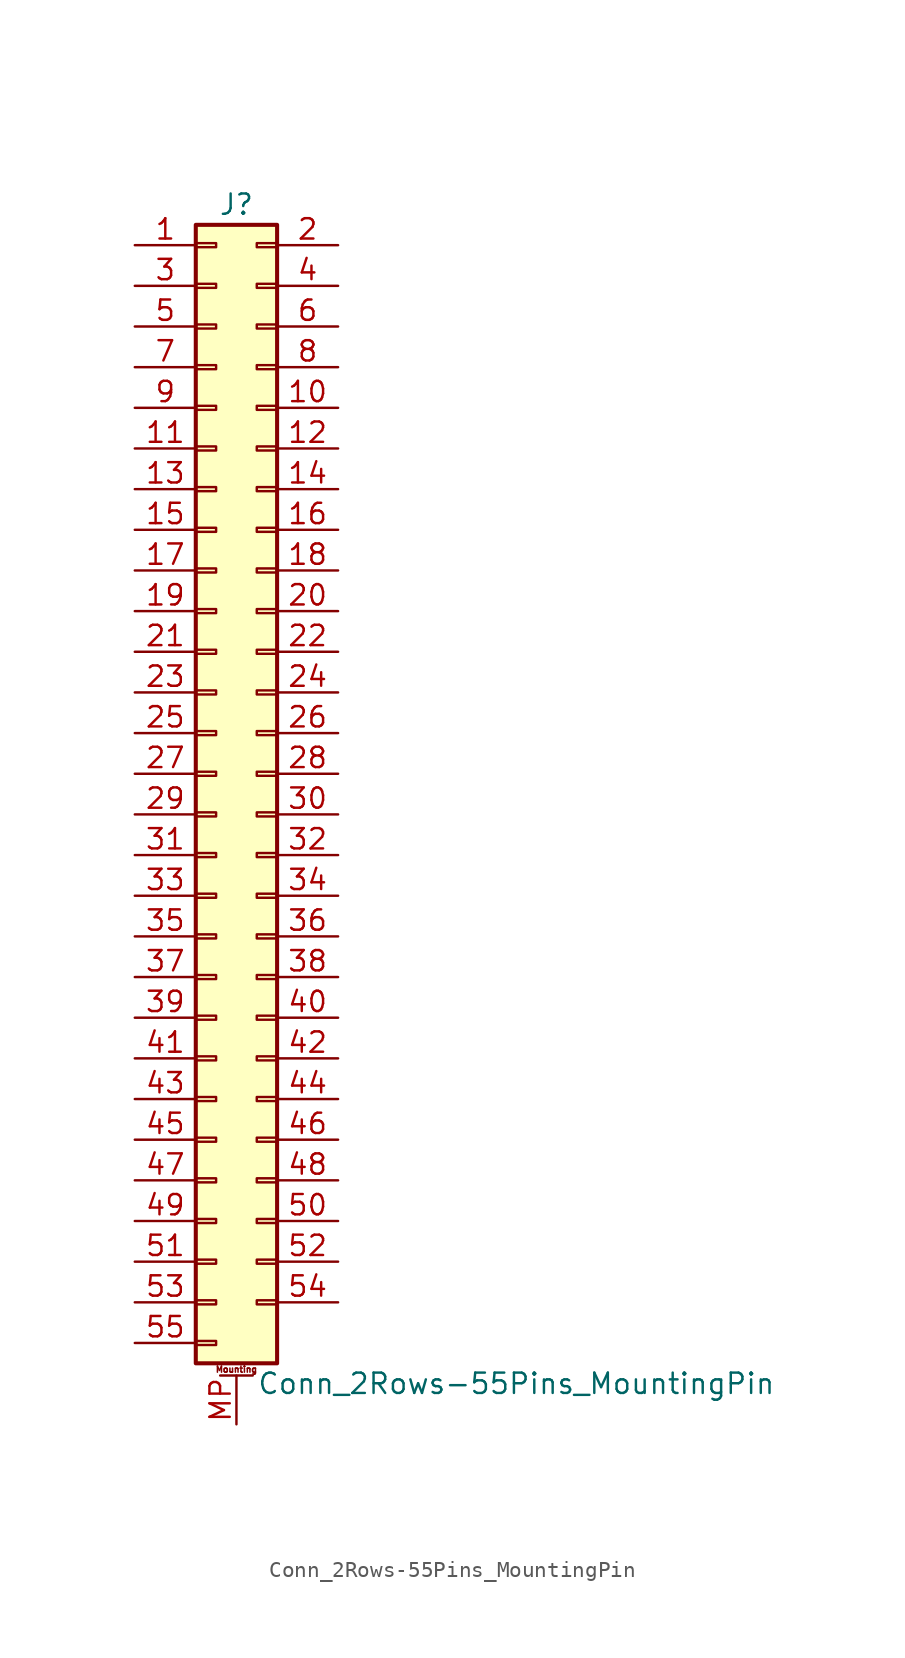
<source format=kicad_sym>
(kicad_symbol_lib
  (version 20201005)
  (generator kicad_symbol_editor)
  (symbol "Conn_2Rows-55Pins_MountingPin"
    (pin_names
      (offset 1.016) hide)
    (property "Reference" "J"
      (at 1.27 35.56 0)
      (effects (font (size 1.27 1.27))))
    (property "Value" "Conn_2Rows-55Pins_MountingPin"
      (at 2.54 -38.1 0)
      (effects (font (size 1.27 1.27)) (justify left)))
    (symbol "Conn_2Rows-55Pins_MountingPin_1_1"
      (text "Mounting" (at 1.27 -37.211 0) (effects (font (size 0.381 0.381))))
      (rectangle (start -1.27 -35.433) (end 0 -35.687) (stroke (width 0.152)) (fill (type none)))
      (rectangle (start -1.27 -32.893) (end 0 -33.147) (stroke (width 0.152)) (fill (type none)))
      (rectangle (start -1.27 -30.353) (end 0 -30.607) (stroke (width 0.152)) (fill (type none)))
      (rectangle (start -1.27 -27.813) (end 0 -28.067) (stroke (width 0.152)) (fill (type none)))
      (rectangle (start -1.27 -25.273) (end 0 -25.527) (stroke (width 0.152)) (fill (type none)))
      (rectangle (start -1.27 -22.733) (end 0 -22.987) (stroke (width 0.152)) (fill (type none)))
      (rectangle (start -1.27 -20.193) (end 0 -20.447) (stroke (width 0.152)) (fill (type none)))
      (rectangle (start -1.27 -17.653) (end 0 -17.907) (stroke (width 0.152)) (fill (type none)))
      (rectangle (start -1.27 -15.113) (end 0 -15.367) (stroke (width 0.152)) (fill (type none)))
      (rectangle (start -1.27 -12.573) (end 0 -12.827) (stroke (width 0.152)) (fill (type none)))
      (rectangle (start -1.27 -10.033) (end 0 -10.287) (stroke (width 0.152)) (fill (type none)))
      (rectangle (start -1.27 -7.493) (end 0 -7.747) (stroke (width 0.152)) (fill (type none)))
      (rectangle (start -1.27 -4.953) (end 0 -5.207) (stroke (width 0.152)) (fill (type none)))
      (rectangle (start -1.27 -2.413) (end 0 -2.667) (stroke (width 0.152)) (fill (type none)))
      (rectangle (start -1.27 0.127) (end 0 -0.127) (stroke (width 0.152)) (fill (type none)))
      (rectangle (start -1.27 2.667) (end 0 2.413) (stroke (width 0.152)) (fill (type none)))
      (rectangle (start -1.27 5.207) (end 0 4.953) (stroke (width 0.152)) (fill (type none)))
      (rectangle (start -1.27 7.747) (end 0 7.493) (stroke (width 0.152)) (fill (type none)))
      (rectangle (start -1.27 10.287) (end 0 10.033) (stroke (width 0.152)) (fill (type none)))
      (rectangle (start -1.27 12.827) (end 0 12.573) (stroke (width 0.152)) (fill (type none)))
      (rectangle (start -1.27 15.367) (end 0 15.113) (stroke (width 0.152)) (fill (type none)))
      (rectangle (start -1.27 17.907) (end 0 17.653) (stroke (width 0.152)) (fill (type none)))
      (rectangle (start -1.27 20.447) (end 0 20.193) (stroke (width 0.152)) (fill (type none)))
      (rectangle (start -1.27 22.987) (end 0 22.733) (stroke (width 0.152)) (fill (type none)))
      (rectangle (start -1.27 25.527) (end 0 25.273) (stroke (width 0.152)) (fill (type none)))
      (rectangle (start -1.27 28.067) (end 0 27.813) (stroke (width 0.152)) (fill (type none)))
      (rectangle (start -1.27 30.607) (end 0 30.353) (stroke (width 0.152)) (fill (type none)))
      (rectangle (start -1.27 33.147) (end 0 32.893) (stroke (width 0.152)) (fill (type none)))
      (rectangle (start 3.81 -32.893) (end 2.54 -33.147) (stroke (width 0.152)) (fill (type none)))
      (rectangle (start 3.81 -30.353) (end 2.54 -30.607) (stroke (width 0.152)) (fill (type none)))
      (rectangle (start 3.81 -27.813) (end 2.54 -28.067) (stroke (width 0.152)) (fill (type none)))
      (rectangle (start 3.81 -25.273) (end 2.54 -25.527) (stroke (width 0.152)) (fill (type none)))
      (rectangle (start 3.81 -22.733) (end 2.54 -22.987) (stroke (width 0.152)) (fill (type none)))
      (rectangle (start 3.81 -20.193) (end 2.54 -20.447) (stroke (width 0.152)) (fill (type none)))
      (rectangle (start 3.81 -17.653) (end 2.54 -17.907) (stroke (width 0.152)) (fill (type none)))
      (rectangle (start 3.81 -15.113) (end 2.54 -15.367) (stroke (width 0.152)) (fill (type none)))
      (rectangle (start 3.81 -12.573) (end 2.54 -12.827) (stroke (width 0.152)) (fill (type none)))
      (rectangle (start 3.81 -10.033) (end 2.54 -10.287) (stroke (width 0.152)) (fill (type none)))
      (rectangle (start 3.81 -7.493) (end 2.54 -7.747) (stroke (width 0.152)) (fill (type none)))
      (rectangle (start 3.81 -4.953) (end 2.54 -5.207) (stroke (width 0.152)) (fill (type none)))
      (rectangle (start 3.81 -2.413) (end 2.54 -2.667) (stroke (width 0.152)) (fill (type none)))
      (rectangle (start 3.81 0.127) (end 2.54 -0.127) (stroke (width 0.152)) (fill (type none)))
      (rectangle (start 3.81 2.667) (end 2.54 2.413) (stroke (width 0.152)) (fill (type none)))
      (rectangle (start 3.81 5.207) (end 2.54 4.953) (stroke (width 0.152)) (fill (type none)))
      (rectangle (start 3.81 7.747) (end 2.54 7.493) (stroke (width 0.152)) (fill (type none)))
      (rectangle (start 3.81 10.287) (end 2.54 10.033) (stroke (width 0.152)) (fill (type none)))
      (rectangle (start 3.81 12.827) (end 2.54 12.573) (stroke (width 0.152)) (fill (type none)))
      (rectangle (start 3.81 15.367) (end 2.54 15.113) (stroke (width 0.152)) (fill (type none)))
      (rectangle (start 3.81 17.907) (end 2.54 17.653) (stroke (width 0.152)) (fill (type none)))
      (rectangle (start 3.81 20.447) (end 2.54 20.193) (stroke (width 0.152)) (fill (type none)))
      (rectangle (start 3.81 22.987) (end 2.54 22.733) (stroke (width 0.152)) (fill (type none)))
      (rectangle (start 3.81 25.527) (end 2.54 25.273) (stroke (width 0.152)) (fill (type none)))
      (rectangle (start 3.81 28.067) (end 2.54 27.813) (stroke (width 0.152)) (fill (type none)))
      (rectangle (start 3.81 30.607) (end 2.54 30.353) (stroke (width 0.152)) (fill (type none)))
      (rectangle (start 3.81 33.147) (end 2.54 32.893) (stroke (width 0.152)) (fill (type none)))
      (rectangle (start -1.27 34.29) (end 3.81 -36.83) (stroke (width 0.254)) (fill (type background)))
      (polyline (pts (xy 0.254 -37.592) (xy 2.286 -37.592)) (stroke (width 0.152)) (fill (type none)))
      (pin passive line (at -5.08 33.02 0) (length 3.81) (name "Pin_1" (effects (font (size 1.27 1.27)))) (number "1" (effects (font (size 1.27 1.27)))))
      (pin passive line (at 7.62 22.86 180) (length 3.81) (name "Pin_10" (effects (font (size 1.27 1.27)))) (number "10" (effects (font (size 1.27 1.27)))))
      (pin passive line (at -5.08 20.32 0) (length 3.81) (name "Pin_11" (effects (font (size 1.27 1.27)))) (number "11" (effects (font (size 1.27 1.27)))))
      (pin passive line (at 7.62 20.32 180) (length 3.81) (name "Pin_12" (effects (font (size 1.27 1.27)))) (number "12" (effects (font (size 1.27 1.27)))))
      (pin passive line (at -5.08 17.78 0) (length 3.81) (name "Pin_13" (effects (font (size 1.27 1.27)))) (number "13" (effects (font (size 1.27 1.27)))))
      (pin passive line (at 7.62 17.78 180) (length 3.81) (name "Pin_14" (effects (font (size 1.27 1.27)))) (number "14" (effects (font (size 1.27 1.27)))))
      (pin passive line (at -5.08 15.24 0) (length 3.81) (name "Pin_15" (effects (font (size 1.27 1.27)))) (number "15" (effects (font (size 1.27 1.27)))))
      (pin passive line (at 7.62 15.24 180) (length 3.81) (name "Pin_16" (effects (font (size 1.27 1.27)))) (number "16" (effects (font (size 1.27 1.27)))))
      (pin passive line (at -5.08 12.7 0) (length 3.81) (name "Pin_17" (effects (font (size 1.27 1.27)))) (number "17" (effects (font (size 1.27 1.27)))))
      (pin passive line (at 7.62 12.7 180) (length 3.81) (name "Pin_18" (effects (font (size 1.27 1.27)))) (number "18" (effects (font (size 1.27 1.27)))))
      (pin passive line (at -5.08 10.16 0) (length 3.81) (name "Pin_19" (effects (font (size 1.27 1.27)))) (number "19" (effects (font (size 1.27 1.27)))))
      (pin passive line (at 7.62 33.02 180) (length 3.81) (name "Pin_2" (effects (font (size 1.27 1.27)))) (number "2" (effects (font (size 1.27 1.27)))))
      (pin passive line (at 7.62 10.16 180) (length 3.81) (name "Pin_20" (effects (font (size 1.27 1.27)))) (number "20" (effects (font (size 1.27 1.27)))))
      (pin passive line (at -5.08 7.62 0) (length 3.81) (name "Pin_21" (effects (font (size 1.27 1.27)))) (number "21" (effects (font (size 1.27 1.27)))))
      (pin passive line (at 7.62 7.62 180) (length 3.81) (name "Pin_22" (effects (font (size 1.27 1.27)))) (number "22" (effects (font (size 1.27 1.27)))))
      (pin passive line (at -5.08 5.08 0) (length 3.81) (name "Pin_23" (effects (font (size 1.27 1.27)))) (number "23" (effects (font (size 1.27 1.27)))))
      (pin passive line (at 7.62 5.08 180) (length 3.81) (name "Pin_24" (effects (font (size 1.27 1.27)))) (number "24" (effects (font (size 1.27 1.27)))))
      (pin passive line (at -5.08 2.54 0) (length 3.81) (name "Pin_25" (effects (font (size 1.27 1.27)))) (number "25" (effects (font (size 1.27 1.27)))))
      (pin passive line (at 7.62 2.54 180) (length 3.81) (name "Pin_26" (effects (font (size 1.27 1.27)))) (number "26" (effects (font (size 1.27 1.27)))))
      (pin passive line (at -5.08 0 0) (length 3.81) (name "Pin_27" (effects (font (size 1.27 1.27)))) (number "27" (effects (font (size 1.27 1.27)))))
      (pin passive line (at 7.62 0 180) (length 3.81) (name "Pin_28" (effects (font (size 1.27 1.27)))) (number "28" (effects (font (size 1.27 1.27)))))
      (pin passive line (at -5.08 -2.54 0) (length 3.81) (name "Pin_29" (effects (font (size 1.27 1.27)))) (number "29" (effects (font (size 1.27 1.27)))))
      (pin passive line (at -5.08 30.48 0) (length 3.81) (name "Pin_3" (effects (font (size 1.27 1.27)))) (number "3" (effects (font (size 1.27 1.27)))))
      (pin passive line (at 7.62 -2.54 180) (length 3.81) (name "Pin_30" (effects (font (size 1.27 1.27)))) (number "30" (effects (font (size 1.27 1.27)))))
      (pin passive line (at -5.08 -5.08 0) (length 3.81) (name "Pin_31" (effects (font (size 1.27 1.27)))) (number "31" (effects (font (size 1.27 1.27)))))
      (pin passive line (at 7.62 -5.08 180) (length 3.81) (name "Pin_32" (effects (font (size 1.27 1.27)))) (number "32" (effects (font (size 1.27 1.27)))))
      (pin passive line (at -5.08 -7.62 0) (length 3.81) (name "Pin_33" (effects (font (size 1.27 1.27)))) (number "33" (effects (font (size 1.27 1.27)))))
      (pin passive line (at 7.62 -7.62 180) (length 3.81) (name "Pin_34" (effects (font (size 1.27 1.27)))) (number "34" (effects (font (size 1.27 1.27)))))
      (pin passive line (at -5.08 -10.16 0) (length 3.81) (name "Pin_35" (effects (font (size 1.27 1.27)))) (number "35" (effects (font (size 1.27 1.27)))))
      (pin passive line (at 7.62 -10.16 180) (length 3.81) (name "Pin_36" (effects (font (size 1.27 1.27)))) (number "36" (effects (font (size 1.27 1.27)))))
      (pin passive line (at -5.08 -12.7 0) (length 3.81) (name "Pin_37" (effects (font (size 1.27 1.27)))) (number "37" (effects (font (size 1.27 1.27)))))
      (pin passive line (at 7.62 -12.7 180) (length 3.81) (name "Pin_38" (effects (font (size 1.27 1.27)))) (number "38" (effects (font (size 1.27 1.27)))))
      (pin passive line (at -5.08 -15.24 0) (length 3.81) (name "Pin_39" (effects (font (size 1.27 1.27)))) (number "39" (effects (font (size 1.27 1.27)))))
      (pin passive line (at 7.62 30.48 180) (length 3.81) (name "Pin_4" (effects (font (size 1.27 1.27)))) (number "4" (effects (font (size 1.27 1.27)))))
      (pin passive line (at 7.62 -15.24 180) (length 3.81) (name "Pin_40" (effects (font (size 1.27 1.27)))) (number "40" (effects (font (size 1.27 1.27)))))
      (pin passive line (at -5.08 -17.78 0) (length 3.81) (name "Pin_41" (effects (font (size 1.27 1.27)))) (number "41" (effects (font (size 1.27 1.27)))))
      (pin passive line (at 7.62 -17.78 180) (length 3.81) (name "Pin_42" (effects (font (size 1.27 1.27)))) (number "42" (effects (font (size 1.27 1.27)))))
      (pin passive line (at -5.08 -20.32 0) (length 3.81) (name "Pin_43" (effects (font (size 1.27 1.27)))) (number "43" (effects (font (size 1.27 1.27)))))
      (pin passive line (at 7.62 -20.32 180) (length 3.81) (name "Pin_44" (effects (font (size 1.27 1.27)))) (number "44" (effects (font (size 1.27 1.27)))))
      (pin passive line (at -5.08 -22.86 0) (length 3.81) (name "Pin_45" (effects (font (size 1.27 1.27)))) (number "45" (effects (font (size 1.27 1.27)))))
      (pin passive line (at 7.62 -22.86 180) (length 3.81) (name "Pin_46" (effects (font (size 1.27 1.27)))) (number "46" (effects (font (size 1.27 1.27)))))
      (pin passive line (at -5.08 -25.4 0) (length 3.81) (name "Pin_47" (effects (font (size 1.27 1.27)))) (number "47" (effects (font (size 1.27 1.27)))))
      (pin passive line (at 7.62 -25.4 180) (length 3.81) (name "Pin_48" (effects (font (size 1.27 1.27)))) (number "48" (effects (font (size 1.27 1.27)))))
      (pin passive line (at -5.08 -27.94 0) (length 3.81) (name "Pin_49" (effects (font (size 1.27 1.27)))) (number "49" (effects (font (size 1.27 1.27)))))
      (pin passive line (at -5.08 27.94 0) (length 3.81) (name "Pin_5" (effects (font (size 1.27 1.27)))) (number "5" (effects (font (size 1.27 1.27)))))
      (pin passive line (at 7.62 -27.94 180) (length 3.81) (name "Pin_50" (effects (font (size 1.27 1.27)))) (number "50" (effects (font (size 1.27 1.27)))))
      (pin passive line (at -5.08 -30.48 0) (length 3.81) (name "Pin_51" (effects (font (size 1.27 1.27)))) (number "51" (effects (font (size 1.27 1.27)))))
      (pin passive line (at 7.62 -30.48 180) (length 3.81) (name "Pin_52" (effects (font (size 1.27 1.27)))) (number "52" (effects (font (size 1.27 1.27)))))
      (pin passive line (at -5.08 -33.02 0) (length 3.81) (name "Pin_53" (effects (font (size 1.27 1.27)))) (number "53" (effects (font (size 1.27 1.27)))))
      (pin passive line (at 7.62 -33.02 180) (length 3.81) (name "Pin_54" (effects (font (size 1.27 1.27)))) (number "54" (effects (font (size 1.27 1.27)))))
      (pin passive line (at -5.08 -35.56 0) (length 3.81) (name "Pin_55" (effects (font (size 1.27 1.27)))) (number "55" (effects (font (size 1.27 1.27)))))
      (pin passive line (at 7.62 27.94 180) (length 3.81) (name "Pin_6" (effects (font (size 1.27 1.27)))) (number "6" (effects (font (size 1.27 1.27)))))
      (pin passive line (at -5.08 25.4 0) (length 3.81) (name "Pin_7" (effects (font (size 1.27 1.27)))) (number "7" (effects (font (size 1.27 1.27)))))
      (pin passive line (at 7.62 25.4 180) (length 3.81) (name "Pin_8" (effects (font (size 1.27 1.27)))) (number "8" (effects (font (size 1.27 1.27)))))
      (pin passive line (at -5.08 22.86 0) (length 3.81) (name "Pin_9" (effects (font (size 1.27 1.27)))) (number "9" (effects (font (size 1.27 1.27)))))
      (pin passive line (at 1.27 -40.64 90) (length 3.048) (name "MountPin" (effects (font (size 1.27 1.27)))) (number "MP" (effects (font (size 1.27 1.27))))))))
</source>
